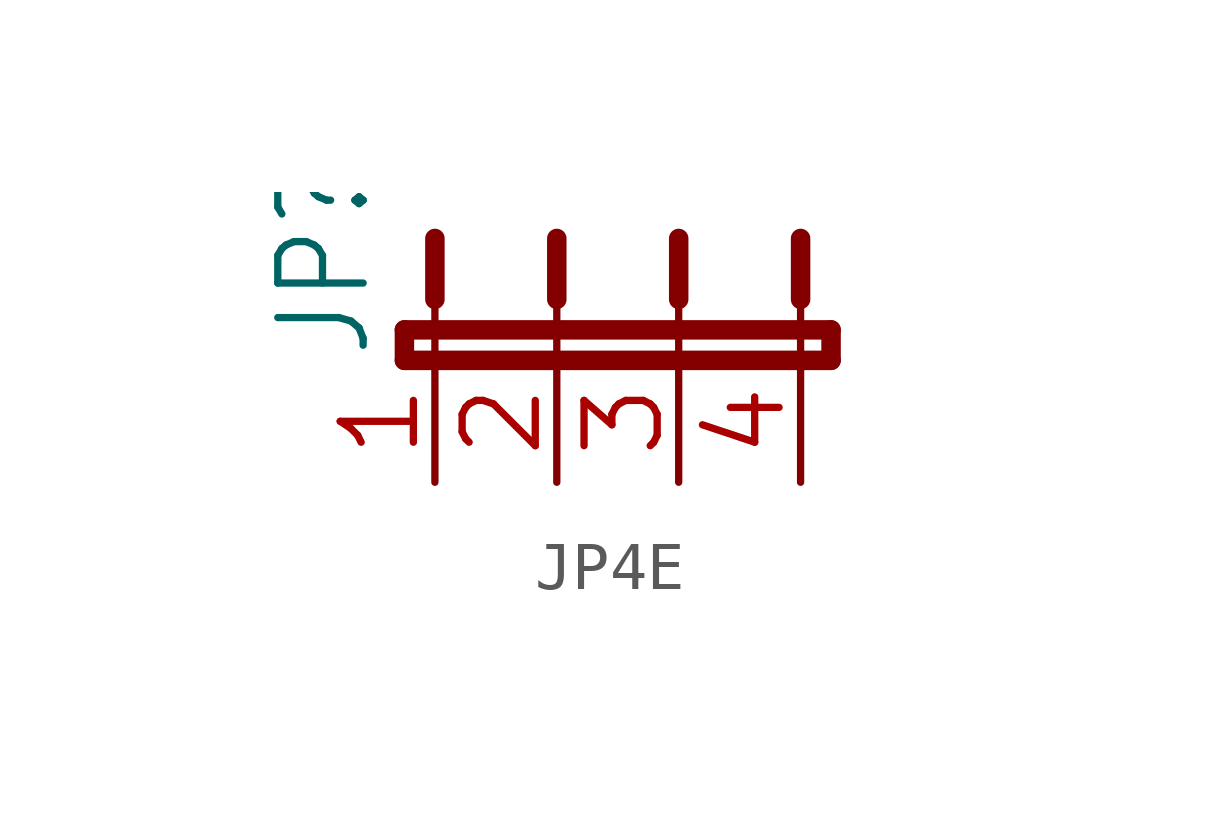
<source format=kicad_sym>
(kicad_symbol_lib
  (version 20241209)
  (generator "kicad_symbol_editor")
  (generator_version "9.0")
  (symbol "JP4E"
    (property "Reference" "JP"
      (at -3.81 0 90)
      (effects (font (size 1.778 1.511)) (justify left bottom)))
    (property "Value" ""
      (at 8.255 0 90)
      (effects (font (size 1.778 1.511)) (justify left bottom)))
    (property "ki_locked" ""
      (at 0 0 0)
      (effects (font (size 1.27 1.27))))
    (symbol "JP4E_1_0"
      (polyline (pts (xy -3.175 0.635) (xy -3.175 0)) (stroke (width 0.406) (type solid)) (fill (type none)))
      (polyline (pts (xy -3.175 0) (xy 5.08 0)) (stroke (width 0.406) (type solid)) (fill (type none)))
      (polyline (pts (xy -2.54 2.54) (xy -2.54 1.27)) (stroke (width 0.406) (type solid)) (fill (type none)))
      (polyline (pts (xy -2.54 0) (xy -2.54 1.27)) (stroke (width 0.152) (type solid)) (fill (type none)))
      (polyline (pts (xy 0 2.54) (xy 0 1.27)) (stroke (width 0.406) (type solid)) (fill (type none)))
      (polyline (pts (xy 0 0) (xy 0 1.27)) (stroke (width 0.152) (type solid)) (fill (type none)))
      (polyline (pts (xy 2.54 2.54) (xy 2.54 1.27)) (stroke (width 0.406) (type solid)) (fill (type none)))
      (polyline (pts (xy 2.54 0) (xy 2.54 1.27)) (stroke (width 0.152) (type solid)) (fill (type none)))
      (polyline (pts (xy 5.08 2.54) (xy 5.08 1.27)) (stroke (width 0.406) (type solid)) (fill (type none)))
      (polyline (pts (xy 5.08 0) (xy 5.08 1.27)) (stroke (width 0.152) (type solid)) (fill (type none)))
      (polyline (pts (xy 5.08 0) (xy 5.715 0)) (stroke (width 0.406) (type solid)) (fill (type none)))
      (polyline (pts (xy 5.715 0.635) (xy -3.175 0.635)) (stroke (width 0.406) (type solid)) (fill (type none)))
      (polyline (pts (xy 5.715 0) (xy 5.715 0.635)) (stroke (width 0.406) (type solid)) (fill (type none)))
      (pin passive line (at -2.54 -2.54 90) (length 2.54) (name "1" (effects (font (size 0 0)))) (number "1" (effects (font (size 1.524 1.524)))))
      (pin passive line (at 0 -2.54 90) (length 2.54) (name "2" (effects (font (size 0 0)))) (number "2" (effects (font (size 1.524 1.524)))))
      (pin passive line (at 2.54 -2.54 90) (length 2.54) (name "3" (effects (font (size 0 0)))) (number "3" (effects (font (size 1.524 1.524)))))
      (pin passive line (at 5.08 -2.54 90) (length 2.54) (name "4" (effects (font (size 0 0)))) (number "4" (effects (font (size 1.524 1.524))))))))
</source>
